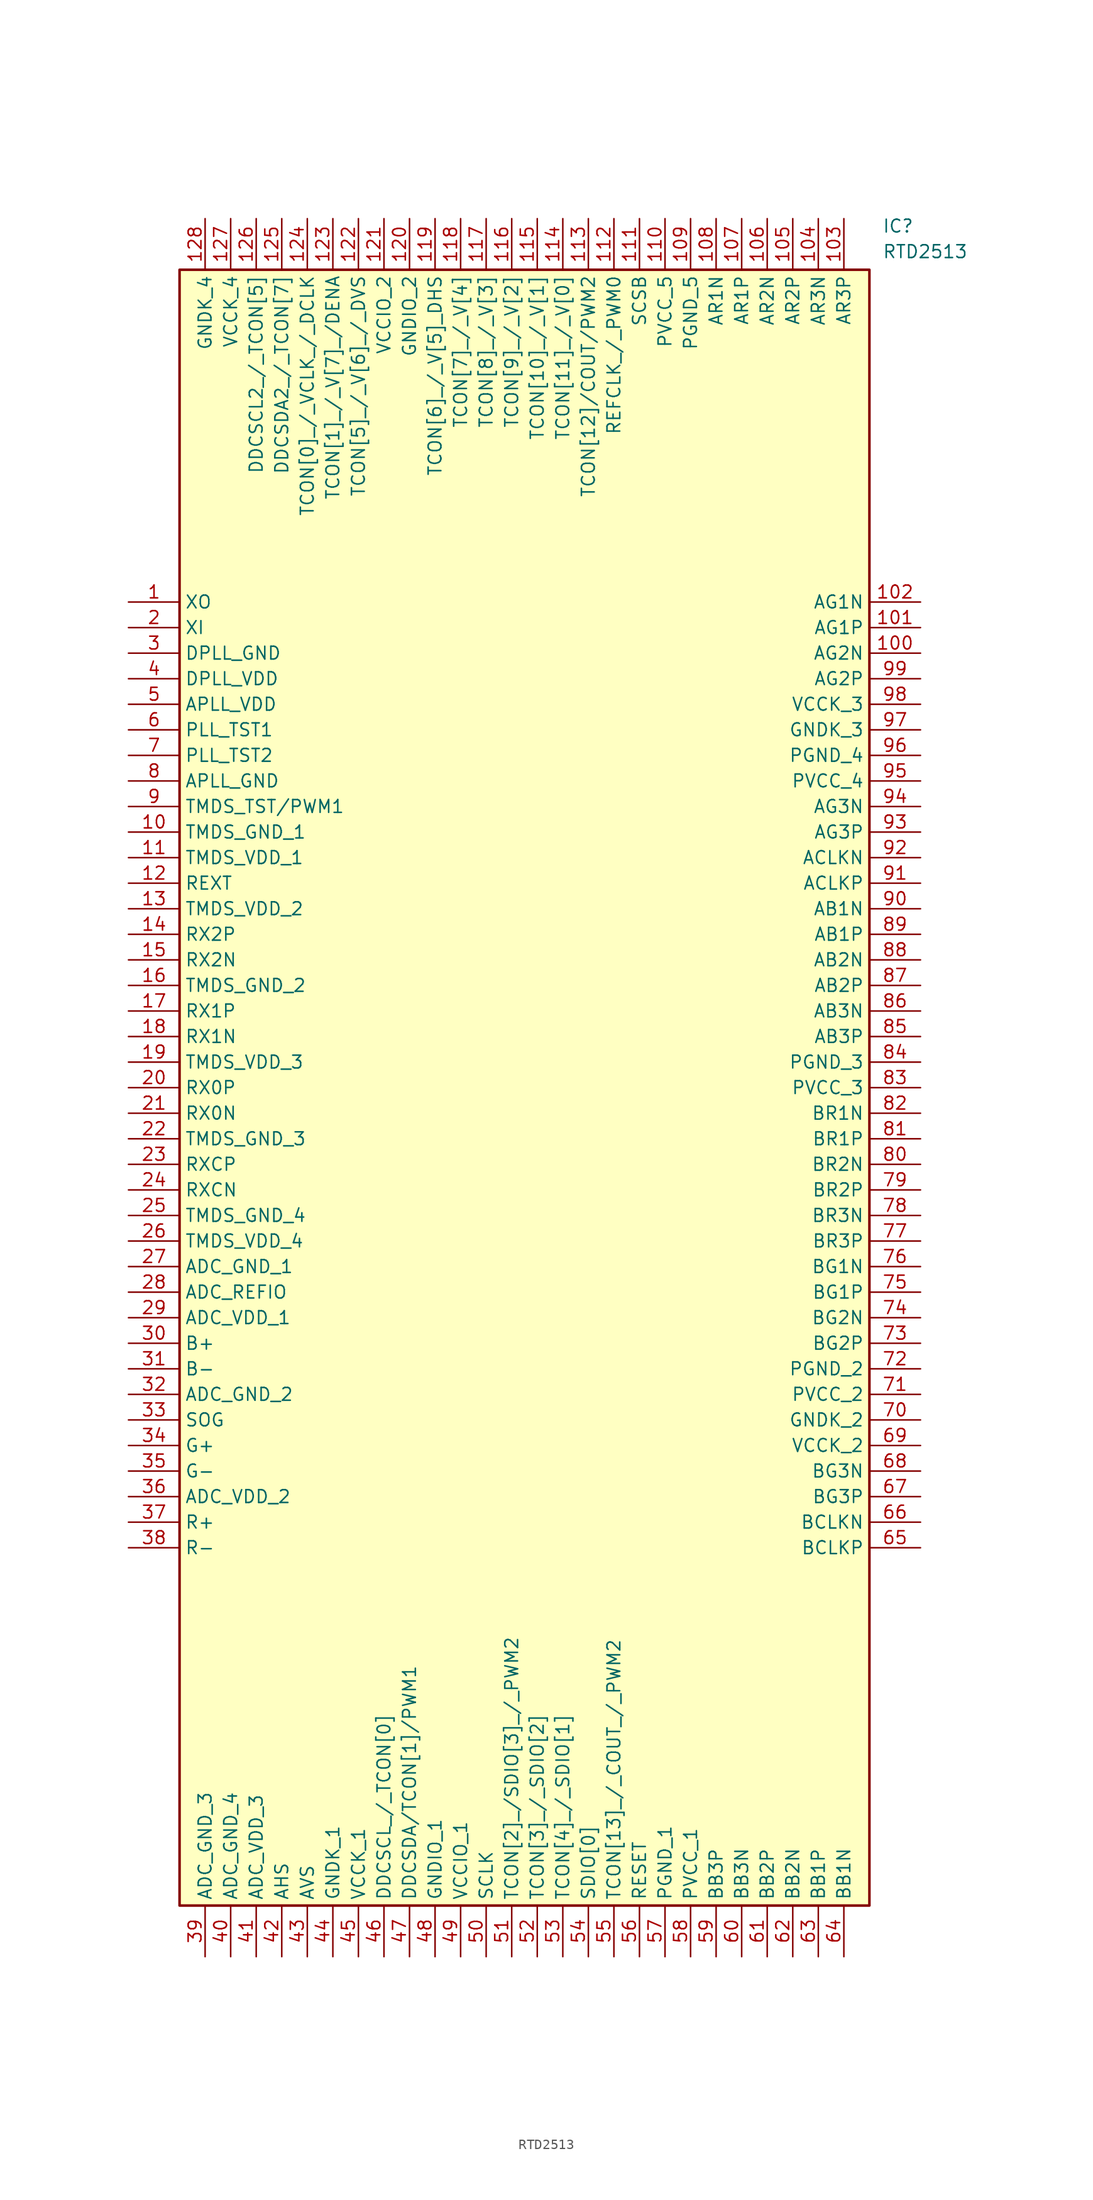
<source format=kicad_sym>
(kicad_symbol_lib
  (version 20220914)
  (generator SamacSys_ECAD_Model)
  (symbol "RTD2513"
    (property "Reference" "IC"
      (at 74.93 38.1 0)
      (effects (font (size 1.27 1.27)) (justify left top)))
    (property "Value" "RTD2513"
      (at 74.93 35.56 0)
      (effects (font (size 1.27 1.27)) (justify left top)))
    (rectangle
      (start 5.08 33.02)
      (end 73.66 -129.54)
      (stroke (width 0.254) (type default))
      (fill (type background)))
    (pin passive line
      (at 0 0 0)
      (length 5.08)
      (name "XO" (effects (font (size 1.27 1.27))))
      (number "1" (effects (font (size 1.27 1.27)))))
    (pin passive line
      (at 0 -2.54 0)
      (length 5.08)
      (name "XI" (effects (font (size 1.27 1.27))))
      (number "2" (effects (font (size 1.27 1.27)))))
    (pin passive line
      (at 0 -5.08 0)
      (length 5.08)
      (name "DPLL_GND" (effects (font (size 1.27 1.27))))
      (number "3" (effects (font (size 1.27 1.27)))))
    (pin passive line
      (at 0 -7.62 0)
      (length 5.08)
      (name "DPLL_VDD" (effects (font (size 1.27 1.27))))
      (number "4" (effects (font (size 1.27 1.27)))))
    (pin passive line
      (at 0 -10.16 0)
      (length 5.08)
      (name "APLL_VDD" (effects (font (size 1.27 1.27))))
      (number "5" (effects (font (size 1.27 1.27)))))
    (pin passive line
      (at 0 -12.7 0)
      (length 5.08)
      (name "PLL_TST1" (effects (font (size 1.27 1.27))))
      (number "6" (effects (font (size 1.27 1.27)))))
    (pin passive line
      (at 0 -15.24 0)
      (length 5.08)
      (name "PLL_TST2" (effects (font (size 1.27 1.27))))
      (number "7" (effects (font (size 1.27 1.27)))))
    (pin passive line
      (at 0 -17.78 0)
      (length 5.08)
      (name "APLL_GND" (effects (font (size 1.27 1.27))))
      (number "8" (effects (font (size 1.27 1.27)))))
    (pin passive line
      (at 0 -20.32 0)
      (length 5.08)
      (name "TMDS_TST/PWM1" (effects (font (size 1.27 1.27))))
      (number "9" (effects (font (size 1.27 1.27)))))
    (pin passive line
      (at 0 -22.86 0)
      (length 5.08)
      (name "TMDS_GND_1" (effects (font (size 1.27 1.27))))
      (number "10" (effects (font (size 1.27 1.27)))))
    (pin passive line
      (at 0 -25.4 0)
      (length 5.08)
      (name "TMDS_VDD_1" (effects (font (size 1.27 1.27))))
      (number "11" (effects (font (size 1.27 1.27)))))
    (pin passive line
      (at 0 -27.94 0)
      (length 5.08)
      (name "REXT" (effects (font (size 1.27 1.27))))
      (number "12" (effects (font (size 1.27 1.27)))))
    (pin passive line
      (at 0 -30.48 0)
      (length 5.08)
      (name "TMDS_VDD_2" (effects (font (size 1.27 1.27))))
      (number "13" (effects (font (size 1.27 1.27)))))
    (pin passive line
      (at 0 -33.02 0)
      (length 5.08)
      (name "RX2P" (effects (font (size 1.27 1.27))))
      (number "14" (effects (font (size 1.27 1.27)))))
    (pin passive line
      (at 0 -35.56 0)
      (length 5.08)
      (name "RX2N" (effects (font (size 1.27 1.27))))
      (number "15" (effects (font (size 1.27 1.27)))))
    (pin passive line
      (at 0 -38.1 0)
      (length 5.08)
      (name "TMDS_GND_2" (effects (font (size 1.27 1.27))))
      (number "16" (effects (font (size 1.27 1.27)))))
    (pin passive line
      (at 0 -40.64 0)
      (length 5.08)
      (name "RX1P" (effects (font (size 1.27 1.27))))
      (number "17" (effects (font (size 1.27 1.27)))))
    (pin passive line
      (at 0 -43.18 0)
      (length 5.08)
      (name "RX1N" (effects (font (size 1.27 1.27))))
      (number "18" (effects (font (size 1.27 1.27)))))
    (pin passive line
      (at 0 -45.72 0)
      (length 5.08)
      (name "TMDS_VDD_3" (effects (font (size 1.27 1.27))))
      (number "19" (effects (font (size 1.27 1.27)))))
    (pin passive line
      (at 0 -48.26 0)
      (length 5.08)
      (name "RX0P" (effects (font (size 1.27 1.27))))
      (number "20" (effects (font (size 1.27 1.27)))))
    (pin passive line
      (at 0 -50.8 0)
      (length 5.08)
      (name "RX0N" (effects (font (size 1.27 1.27))))
      (number "21" (effects (font (size 1.27 1.27)))))
    (pin passive line
      (at 0 -53.34 0)
      (length 5.08)
      (name "TMDS_GND_3" (effects (font (size 1.27 1.27))))
      (number "22" (effects (font (size 1.27 1.27)))))
    (pin passive line
      (at 0 -55.88 0)
      (length 5.08)
      (name "RXCP" (effects (font (size 1.27 1.27))))
      (number "23" (effects (font (size 1.27 1.27)))))
    (pin passive line
      (at 0 -58.42 0)
      (length 5.08)
      (name "RXCN" (effects (font (size 1.27 1.27))))
      (number "24" (effects (font (size 1.27 1.27)))))
    (pin passive line
      (at 0 -60.96 0)
      (length 5.08)
      (name "TMDS_GND_4" (effects (font (size 1.27 1.27))))
      (number "25" (effects (font (size 1.27 1.27)))))
    (pin passive line
      (at 0 -63.5 0)
      (length 5.08)
      (name "TMDS_VDD_4" (effects (font (size 1.27 1.27))))
      (number "26" (effects (font (size 1.27 1.27)))))
    (pin passive line
      (at 0 -66.04 0)
      (length 5.08)
      (name "ADC_GND_1" (effects (font (size 1.27 1.27))))
      (number "27" (effects (font (size 1.27 1.27)))))
    (pin passive line
      (at 0 -68.58 0)
      (length 5.08)
      (name "ADC_REFIO" (effects (font (size 1.27 1.27))))
      (number "28" (effects (font (size 1.27 1.27)))))
    (pin passive line
      (at 0 -71.12 0)
      (length 5.08)
      (name "ADC_VDD_1" (effects (font (size 1.27 1.27))))
      (number "29" (effects (font (size 1.27 1.27)))))
    (pin passive line
      (at 0 -73.66 0)
      (length 5.08)
      (name "B+" (effects (font (size 1.27 1.27))))
      (number "30" (effects (font (size 1.27 1.27)))))
    (pin passive line
      (at 0 -76.2 0)
      (length 5.08)
      (name "B-" (effects (font (size 1.27 1.27))))
      (number "31" (effects (font (size 1.27 1.27)))))
    (pin passive line
      (at 0 -78.74 0)
      (length 5.08)
      (name "ADC_GND_2" (effects (font (size 1.27 1.27))))
      (number "32" (effects (font (size 1.27 1.27)))))
    (pin passive line
      (at 0 -81.28 0)
      (length 5.08)
      (name "SOG" (effects (font (size 1.27 1.27))))
      (number "33" (effects (font (size 1.27 1.27)))))
    (pin passive line
      (at 0 -83.82 0)
      (length 5.08)
      (name "G+" (effects (font (size 1.27 1.27))))
      (number "34" (effects (font (size 1.27 1.27)))))
    (pin passive line
      (at 0 -86.36 0)
      (length 5.08)
      (name "G-" (effects (font (size 1.27 1.27))))
      (number "35" (effects (font (size 1.27 1.27)))))
    (pin passive line
      (at 0 -88.9 0)
      (length 5.08)
      (name "ADC_VDD_2" (effects (font (size 1.27 1.27))))
      (number "36" (effects (font (size 1.27 1.27)))))
    (pin passive line
      (at 0 -91.44 0)
      (length 5.08)
      (name "R+" (effects (font (size 1.27 1.27))))
      (number "37" (effects (font (size 1.27 1.27)))))
    (pin passive line
      (at 0 -93.98 0)
      (length 5.08)
      (name "R-" (effects (font (size 1.27 1.27))))
      (number "38" (effects (font (size 1.27 1.27)))))
    (pin passive line
      (at 7.62 -134.62 90)
      (length 5.08)
      (name "ADC_GND_3" (effects (font (size 1.27 1.27))))
      (number "39" (effects (font (size 1.27 1.27)))))
    (pin passive line
      (at 10.16 -134.62 90)
      (length 5.08)
      (name "ADC_GND_4" (effects (font (size 1.27 1.27))))
      (number "40" (effects (font (size 1.27 1.27)))))
    (pin passive line
      (at 12.7 -134.62 90)
      (length 5.08)
      (name "ADC_VDD_3" (effects (font (size 1.27 1.27))))
      (number "41" (effects (font (size 1.27 1.27)))))
    (pin passive line
      (at 15.24 -134.62 90)
      (length 5.08)
      (name "AHS" (effects (font (size 1.27 1.27))))
      (number "42" (effects (font (size 1.27 1.27)))))
    (pin passive line
      (at 17.78 -134.62 90)
      (length 5.08)
      (name "AVS" (effects (font (size 1.27 1.27))))
      (number "43" (effects (font (size 1.27 1.27)))))
    (pin passive line
      (at 20.32 -134.62 90)
      (length 5.08)
      (name "GNDK_1" (effects (font (size 1.27 1.27))))
      (number "44" (effects (font (size 1.27 1.27)))))
    (pin passive line
      (at 22.86 -134.62 90)
      (length 5.08)
      (name "VCCK_1" (effects (font (size 1.27 1.27))))
      (number "45" (effects (font (size 1.27 1.27)))))
    (pin passive line
      (at 25.4 -134.62 90)
      (length 5.08)
      (name "DDCSCL_/_TCON[0]" (effects (font (size 1.27 1.27))))
      (number "46" (effects (font (size 1.27 1.27)))))
    (pin passive line
      (at 27.94 -134.62 90)
      (length 5.08)
      (name "DDCSDA/TCON[1]/PWM1" (effects (font (size 1.27 1.27))))
      (number "47" (effects (font (size 1.27 1.27)))))
    (pin passive line
      (at 30.48 -134.62 90)
      (length 5.08)
      (name "GNDIO_1" (effects (font (size 1.27 1.27))))
      (number "48" (effects (font (size 1.27 1.27)))))
    (pin passive line
      (at 33.02 -134.62 90)
      (length 5.08)
      (name "VCCIO_1" (effects (font (size 1.27 1.27))))
      (number "49" (effects (font (size 1.27 1.27)))))
    (pin passive line
      (at 35.56 -134.62 90)
      (length 5.08)
      (name "SCLK" (effects (font (size 1.27 1.27))))
      (number "50" (effects (font (size 1.27 1.27)))))
    (pin passive line
      (at 38.1 -134.62 90)
      (length 5.08)
      (name "TCON[2]_/SDIO[3]_/_PWM2" (effects (font (size 1.27 1.27))))
      (number "51" (effects (font (size 1.27 1.27)))))
    (pin passive line
      (at 40.64 -134.62 90)
      (length 5.08)
      (name "TCON[3]_/_SDIO[2]" (effects (font (size 1.27 1.27))))
      (number "52" (effects (font (size 1.27 1.27)))))
    (pin passive line
      (at 43.18 -134.62 90)
      (length 5.08)
      (name "TCON[4]_/_SDIO[1]" (effects (font (size 1.27 1.27))))
      (number "53" (effects (font (size 1.27 1.27)))))
    (pin passive line
      (at 45.72 -134.62 90)
      (length 5.08)
      (name "SDIO[0]" (effects (font (size 1.27 1.27))))
      (number "54" (effects (font (size 1.27 1.27)))))
    (pin passive line
      (at 48.26 -134.62 90)
      (length 5.08)
      (name "TCON[13]_/_COUT_/_PWM2" (effects (font (size 1.27 1.27))))
      (number "55" (effects (font (size 1.27 1.27)))))
    (pin passive line
      (at 50.8 -134.62 90)
      (length 5.08)
      (name "RESET" (effects (font (size 1.27 1.27))))
      (number "56" (effects (font (size 1.27 1.27)))))
    (pin passive line
      (at 53.34 -134.62 90)
      (length 5.08)
      (name "PGND_1" (effects (font (size 1.27 1.27))))
      (number "57" (effects (font (size 1.27 1.27)))))
    (pin passive line
      (at 55.88 -134.62 90)
      (length 5.08)
      (name "PVCC_1" (effects (font (size 1.27 1.27))))
      (number "58" (effects (font (size 1.27 1.27)))))
    (pin passive line
      (at 58.42 -134.62 90)
      (length 5.08)
      (name "BB3P" (effects (font (size 1.27 1.27))))
      (number "59" (effects (font (size 1.27 1.27)))))
    (pin passive line
      (at 60.96 -134.62 90)
      (length 5.08)
      (name "BB3N" (effects (font (size 1.27 1.27))))
      (number "60" (effects (font (size 1.27 1.27)))))
    (pin passive line
      (at 63.5 -134.62 90)
      (length 5.08)
      (name "BB2P" (effects (font (size 1.27 1.27))))
      (number "61" (effects (font (size 1.27 1.27)))))
    (pin passive line
      (at 66.04 -134.62 90)
      (length 5.08)
      (name "BB2N" (effects (font (size 1.27 1.27))))
      (number "62" (effects (font (size 1.27 1.27)))))
    (pin passive line
      (at 68.58 -134.62 90)
      (length 5.08)
      (name "BB1P" (effects (font (size 1.27 1.27))))
      (number "63" (effects (font (size 1.27 1.27)))))
    (pin passive line
      (at 71.12 -134.62 90)
      (length 5.08)
      (name "BB1N" (effects (font (size 1.27 1.27))))
      (number "64" (effects (font (size 1.27 1.27)))))
    (pin passive line
      (at 78.74 0 180)
      (length 5.08)
      (name "AG1N" (effects (font (size 1.27 1.27))))
      (number "102" (effects (font (size 1.27 1.27)))))
    (pin passive line
      (at 78.74 -2.54 180)
      (length 5.08)
      (name "AG1P" (effects (font (size 1.27 1.27))))
      (number "101" (effects (font (size 1.27 1.27)))))
    (pin passive line
      (at 78.74 -5.08 180)
      (length 5.08)
      (name "AG2N" (effects (font (size 1.27 1.27))))
      (number "100" (effects (font (size 1.27 1.27)))))
    (pin passive line
      (at 78.74 -7.62 180)
      (length 5.08)
      (name "AG2P" (effects (font (size 1.27 1.27))))
      (number "99" (effects (font (size 1.27 1.27)))))
    (pin passive line
      (at 78.74 -10.16 180)
      (length 5.08)
      (name "VCCK_3" (effects (font (size 1.27 1.27))))
      (number "98" (effects (font (size 1.27 1.27)))))
    (pin passive line
      (at 78.74 -12.7 180)
      (length 5.08)
      (name "GNDK_3" (effects (font (size 1.27 1.27))))
      (number "97" (effects (font (size 1.27 1.27)))))
    (pin passive line
      (at 78.74 -15.24 180)
      (length 5.08)
      (name "PGND_4" (effects (font (size 1.27 1.27))))
      (number "96" (effects (font (size 1.27 1.27)))))
    (pin passive line
      (at 78.74 -17.78 180)
      (length 5.08)
      (name "PVCC_4" (effects (font (size 1.27 1.27))))
      (number "95" (effects (font (size 1.27 1.27)))))
    (pin passive line
      (at 78.74 -20.32 180)
      (length 5.08)
      (name "AG3N" (effects (font (size 1.27 1.27))))
      (number "94" (effects (font (size 1.27 1.27)))))
    (pin passive line
      (at 78.74 -22.86 180)
      (length 5.08)
      (name "AG3P" (effects (font (size 1.27 1.27))))
      (number "93" (effects (font (size 1.27 1.27)))))
    (pin passive line
      (at 78.74 -25.4 180)
      (length 5.08)
      (name "ACLKN" (effects (font (size 1.27 1.27))))
      (number "92" (effects (font (size 1.27 1.27)))))
    (pin passive line
      (at 78.74 -27.94 180)
      (length 5.08)
      (name "ACLKP" (effects (font (size 1.27 1.27))))
      (number "91" (effects (font (size 1.27 1.27)))))
    (pin passive line
      (at 78.74 -30.48 180)
      (length 5.08)
      (name "AB1N" (effects (font (size 1.27 1.27))))
      (number "90" (effects (font (size 1.27 1.27)))))
    (pin passive line
      (at 78.74 -33.02 180)
      (length 5.08)
      (name "AB1P" (effects (font (size 1.27 1.27))))
      (number "89" (effects (font (size 1.27 1.27)))))
    (pin passive line
      (at 78.74 -35.56 180)
      (length 5.08)
      (name "AB2N" (effects (font (size 1.27 1.27))))
      (number "88" (effects (font (size 1.27 1.27)))))
    (pin passive line
      (at 78.74 -38.1 180)
      (length 5.08)
      (name "AB2P" (effects (font (size 1.27 1.27))))
      (number "87" (effects (font (size 1.27 1.27)))))
    (pin passive line
      (at 78.74 -40.64 180)
      (length 5.08)
      (name "AB3N" (effects (font (size 1.27 1.27))))
      (number "86" (effects (font (size 1.27 1.27)))))
    (pin passive line
      (at 78.74 -43.18 180)
      (length 5.08)
      (name "AB3P" (effects (font (size 1.27 1.27))))
      (number "85" (effects (font (size 1.27 1.27)))))
    (pin passive line
      (at 78.74 -45.72 180)
      (length 5.08)
      (name "PGND_3" (effects (font (size 1.27 1.27))))
      (number "84" (effects (font (size 1.27 1.27)))))
    (pin passive line
      (at 78.74 -48.26 180)
      (length 5.08)
      (name "PVCC_3" (effects (font (size 1.27 1.27))))
      (number "83" (effects (font (size 1.27 1.27)))))
    (pin passive line
      (at 78.74 -50.8 180)
      (length 5.08)
      (name "BR1N" (effects (font (size 1.27 1.27))))
      (number "82" (effects (font (size 1.27 1.27)))))
    (pin passive line
      (at 78.74 -53.34 180)
      (length 5.08)
      (name "BR1P" (effects (font (size 1.27 1.27))))
      (number "81" (effects (font (size 1.27 1.27)))))
    (pin passive line
      (at 78.74 -55.88 180)
      (length 5.08)
      (name "BR2N" (effects (font (size 1.27 1.27))))
      (number "80" (effects (font (size 1.27 1.27)))))
    (pin passive line
      (at 78.74 -58.42 180)
      (length 5.08)
      (name "BR2P" (effects (font (size 1.27 1.27))))
      (number "79" (effects (font (size 1.27 1.27)))))
    (pin passive line
      (at 78.74 -60.96 180)
      (length 5.08)
      (name "BR3N" (effects (font (size 1.27 1.27))))
      (number "78" (effects (font (size 1.27 1.27)))))
    (pin passive line
      (at 78.74 -63.5 180)
      (length 5.08)
      (name "BR3P" (effects (font (size 1.27 1.27))))
      (number "77" (effects (font (size 1.27 1.27)))))
    (pin passive line
      (at 78.74 -66.04 180)
      (length 5.08)
      (name "BG1N" (effects (font (size 1.27 1.27))))
      (number "76" (effects (font (size 1.27 1.27)))))
    (pin passive line
      (at 78.74 -68.58 180)
      (length 5.08)
      (name "BG1P" (effects (font (size 1.27 1.27))))
      (number "75" (effects (font (size 1.27 1.27)))))
    (pin passive line
      (at 78.74 -71.12 180)
      (length 5.08)
      (name "BG2N" (effects (font (size 1.27 1.27))))
      (number "74" (effects (font (size 1.27 1.27)))))
    (pin passive line
      (at 78.74 -73.66 180)
      (length 5.08)
      (name "BG2P" (effects (font (size 1.27 1.27))))
      (number "73" (effects (font (size 1.27 1.27)))))
    (pin passive line
      (at 78.74 -76.2 180)
      (length 5.08)
      (name "PGND_2" (effects (font (size 1.27 1.27))))
      (number "72" (effects (font (size 1.27 1.27)))))
    (pin passive line
      (at 78.74 -78.74 180)
      (length 5.08)
      (name "PVCC_2" (effects (font (size 1.27 1.27))))
      (number "71" (effects (font (size 1.27 1.27)))))
    (pin passive line
      (at 78.74 -81.28 180)
      (length 5.08)
      (name "GNDK_2" (effects (font (size 1.27 1.27))))
      (number "70" (effects (font (size 1.27 1.27)))))
    (pin passive line
      (at 78.74 -83.82 180)
      (length 5.08)
      (name "VCCK_2" (effects (font (size 1.27 1.27))))
      (number "69" (effects (font (size 1.27 1.27)))))
    (pin passive line
      (at 78.74 -86.36 180)
      (length 5.08)
      (name "BG3N" (effects (font (size 1.27 1.27))))
      (number "68" (effects (font (size 1.27 1.27)))))
    (pin passive line
      (at 78.74 -88.9 180)
      (length 5.08)
      (name "BG3P" (effects (font (size 1.27 1.27))))
      (number "67" (effects (font (size 1.27 1.27)))))
    (pin passive line
      (at 78.74 -91.44 180)
      (length 5.08)
      (name "BCLKN" (effects (font (size 1.27 1.27))))
      (number "66" (effects (font (size 1.27 1.27)))))
    (pin passive line
      (at 78.74 -93.98 180)
      (length 5.08)
      (name "BCLKP" (effects (font (size 1.27 1.27))))
      (number "65" (effects (font (size 1.27 1.27)))))
    (pin passive line
      (at 7.62 38.1 270)
      (length 5.08)
      (name "GNDK_4" (effects (font (size 1.27 1.27))))
      (number "128" (effects (font (size 1.27 1.27)))))
    (pin passive line
      (at 10.16 38.1 270)
      (length 5.08)
      (name "VCCK_4" (effects (font (size 1.27 1.27))))
      (number "127" (effects (font (size 1.27 1.27)))))
    (pin passive line
      (at 12.7 38.1 270)
      (length 5.08)
      (name "DDCSCL2_/_TCON[5]" (effects (font (size 1.27 1.27))))
      (number "126" (effects (font (size 1.27 1.27)))))
    (pin passive line
      (at 15.24 38.1 270)
      (length 5.08)
      (name "DDCSDA2_/_TCON[7]" (effects (font (size 1.27 1.27))))
      (number "125" (effects (font (size 1.27 1.27)))))
    (pin passive line
      (at 17.78 38.1 270)
      (length 5.08)
      (name "TCON[0]_/_VCLK_/_DCLK" (effects (font (size 1.27 1.27))))
      (number "124" (effects (font (size 1.27 1.27)))))
    (pin passive line
      (at 20.32 38.1 270)
      (length 5.08)
      (name "TCON[1]_/_V[7]_/DENA" (effects (font (size 1.27 1.27))))
      (number "123" (effects (font (size 1.27 1.27)))))
    (pin passive line
      (at 22.86 38.1 270)
      (length 5.08)
      (name "TCON[5]_/_V[6]_/_DVS" (effects (font (size 1.27 1.27))))
      (number "122" (effects (font (size 1.27 1.27)))))
    (pin passive line
      (at 25.4 38.1 270)
      (length 5.08)
      (name "VCCIO_2" (effects (font (size 1.27 1.27))))
      (number "121" (effects (font (size 1.27 1.27)))))
    (pin passive line
      (at 27.94 38.1 270)
      (length 5.08)
      (name "GNDIO_2" (effects (font (size 1.27 1.27))))
      (number "120" (effects (font (size 1.27 1.27)))))
    (pin passive line
      (at 30.48 38.1 270)
      (length 5.08)
      (name "TCON[6]_/_V[5]_DHS" (effects (font (size 1.27 1.27))))
      (number "119" (effects (font (size 1.27 1.27)))))
    (pin passive line
      (at 33.02 38.1 270)
      (length 5.08)
      (name "TCON[7]_/_V[4]" (effects (font (size 1.27 1.27))))
      (number "118" (effects (font (size 1.27 1.27)))))
    (pin passive line
      (at 35.56 38.1 270)
      (length 5.08)
      (name "TCON[8]_/_V[3]" (effects (font (size 1.27 1.27))))
      (number "117" (effects (font (size 1.27 1.27)))))
    (pin passive line
      (at 38.1 38.1 270)
      (length 5.08)
      (name "TCON[9]_/_V[2]" (effects (font (size 1.27 1.27))))
      (number "116" (effects (font (size 1.27 1.27)))))
    (pin passive line
      (at 40.64 38.1 270)
      (length 5.08)
      (name "TCON[10]_/_V[1]" (effects (font (size 1.27 1.27))))
      (number "115" (effects (font (size 1.27 1.27)))))
    (pin passive line
      (at 43.18 38.1 270)
      (length 5.08)
      (name "TCON[11]_/_V[0]" (effects (font (size 1.27 1.27))))
      (number "114" (effects (font (size 1.27 1.27)))))
    (pin passive line
      (at 45.72 38.1 270)
      (length 5.08)
      (name "TCON[12]/COUT/PWM2" (effects (font (size 1.27 1.27))))
      (number "113" (effects (font (size 1.27 1.27)))))
    (pin passive line
      (at 48.26 38.1 270)
      (length 5.08)
      (name "REFCLK_/_PWM0" (effects (font (size 1.27 1.27))))
      (number "112" (effects (font (size 1.27 1.27)))))
    (pin passive line
      (at 50.8 38.1 270)
      (length 5.08)
      (name "SCSB" (effects (font (size 1.27 1.27))))
      (number "111" (effects (font (size 1.27 1.27)))))
    (pin passive line
      (at 53.34 38.1 270)
      (length 5.08)
      (name "PVCC_5" (effects (font (size 1.27 1.27))))
      (number "110" (effects (font (size 1.27 1.27)))))
    (pin passive line
      (at 55.88 38.1 270)
      (length 5.08)
      (name "PGND_5" (effects (font (size 1.27 1.27))))
      (number "109" (effects (font (size 1.27 1.27)))))
    (pin passive line
      (at 58.42 38.1 270)
      (length 5.08)
      (name "AR1N" (effects (font (size 1.27 1.27))))
      (number "108" (effects (font (size 1.27 1.27)))))
    (pin passive line
      (at 60.96 38.1 270)
      (length 5.08)
      (name "AR1P" (effects (font (size 1.27 1.27))))
      (number "107" (effects (font (size 1.27 1.27)))))
    (pin passive line
      (at 63.5 38.1 270)
      (length 5.08)
      (name "AR2N" (effects (font (size 1.27 1.27))))
      (number "106" (effects (font (size 1.27 1.27)))))
    (pin passive line
      (at 66.04 38.1 270)
      (length 5.08)
      (name "AR2P" (effects (font (size 1.27 1.27))))
      (number "105" (effects (font (size 1.27 1.27)))))
    (pin passive line
      (at 68.58 38.1 270)
      (length 5.08)
      (name "AR3N" (effects (font (size 1.27 1.27))))
      (number "104" (effects (font (size 1.27 1.27)))))
    (pin passive line
      (at 71.12 38.1 270)
      (length 5.08)
      (name "AR3P" (effects (font (size 1.27 1.27))))
      (number "103" (effects (font (size 1.27 1.27)))))))
</source>
